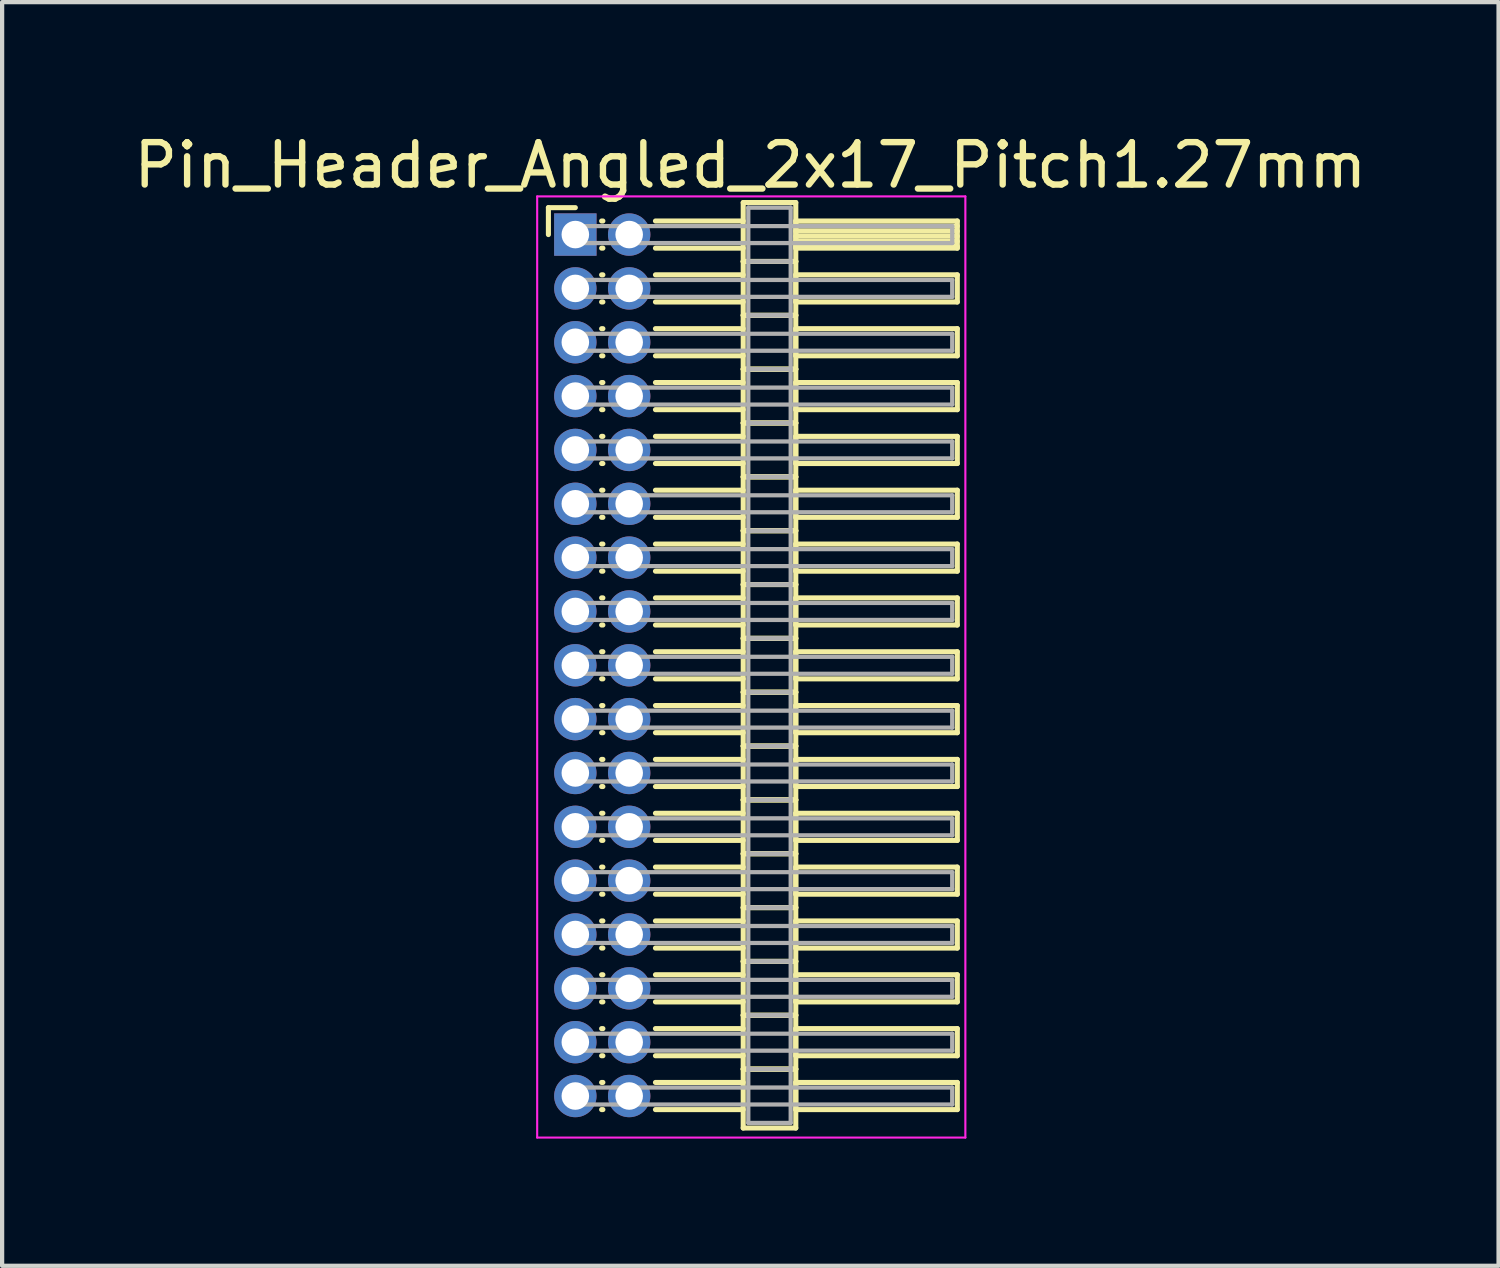
<source format=kicad_pcb>
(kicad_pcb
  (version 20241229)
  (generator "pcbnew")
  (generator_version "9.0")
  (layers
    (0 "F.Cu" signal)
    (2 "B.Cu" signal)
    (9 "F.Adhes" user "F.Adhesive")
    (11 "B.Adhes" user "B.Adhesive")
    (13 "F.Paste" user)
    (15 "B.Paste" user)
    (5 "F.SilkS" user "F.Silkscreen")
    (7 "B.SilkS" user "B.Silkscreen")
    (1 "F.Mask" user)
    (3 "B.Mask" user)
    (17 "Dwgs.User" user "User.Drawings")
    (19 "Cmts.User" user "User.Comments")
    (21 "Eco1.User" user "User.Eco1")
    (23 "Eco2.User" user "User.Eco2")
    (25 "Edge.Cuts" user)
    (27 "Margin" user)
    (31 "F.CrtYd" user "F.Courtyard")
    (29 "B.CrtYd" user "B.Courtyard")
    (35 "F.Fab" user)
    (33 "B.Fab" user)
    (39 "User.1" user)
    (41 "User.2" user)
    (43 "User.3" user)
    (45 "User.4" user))
  (footprint "Pin_Header_Angled_2x17_Pitch1.27mm"
    (layer "F.Cu")
    (at 10.521 2.483)
    (property "Reference" "Pin_Header_Angled_2x17_Pitch1.27mm" (at 4.128 -1.635 0) (layer "F.SilkS") (effects (font (size 1 1) (thickness 0.15))))
    (attr through_hole)
    (fp_line (start -0.635 -0.635) (end 0 -0.635) (stroke (width 0.12) (type solid)) (layer "F.SilkS"))
    (fp_line (start -0.635 0) (end -0.635 -0.635) (stroke (width 0.12) (type solid)) (layer "F.SilkS"))
    (fp_line (start 0.62 -0.32) (end 0.65 -0.32) (stroke (width 0.12) (type solid)) (layer "F.SilkS"))
    (fp_line (start 0.62 0.32) (end 0.65 0.32) (stroke (width 0.12) (type solid)) (layer "F.SilkS"))
    (fp_line (start 0.62 0.95) (end 0.65 0.95) (stroke (width 0.12) (type solid)) (layer "F.SilkS"))
    (fp_line (start 0.62 1.59) (end 0.65 1.59) (stroke (width 0.12) (type solid)) (layer "F.SilkS"))
    (fp_line (start 0.62 2.22) (end 0.65 2.22) (stroke (width 0.12) (type solid)) (layer "F.SilkS"))
    (fp_line (start 0.62 2.86) (end 0.65 2.86) (stroke (width 0.12) (type solid)) (layer "F.SilkS"))
    (fp_line (start 0.62 3.49) (end 0.65 3.49) (stroke (width 0.12) (type solid)) (layer "F.SilkS"))
    (fp_line (start 0.62 4.13) (end 0.65 4.13) (stroke (width 0.12) (type solid)) (layer "F.SilkS"))
    (fp_line (start 0.62 4.76) (end 0.65 4.76) (stroke (width 0.12) (type solid)) (layer "F.SilkS"))
    (fp_line (start 0.62 5.4) (end 0.65 5.4) (stroke (width 0.12) (type solid)) (layer "F.SilkS"))
    (fp_line (start 0.62 6.03) (end 0.65 6.03) (stroke (width 0.12) (type solid)) (layer "F.SilkS"))
    (fp_line (start 0.62 6.67) (end 0.65 6.67) (stroke (width 0.12) (type solid)) (layer "F.SilkS"))
    (fp_line (start 0.62 7.3) (end 0.65 7.3) (stroke (width 0.12) (type solid)) (layer "F.SilkS"))
    (fp_line (start 0.62 7.94) (end 0.65 7.94) (stroke (width 0.12) (type solid)) (layer "F.SilkS"))
    (fp_line (start 0.62 8.57) (end 0.65 8.57) (stroke (width 0.12) (type solid)) (layer "F.SilkS"))
    (fp_line (start 0.62 9.21) (end 0.65 9.21) (stroke (width 0.12) (type solid)) (layer "F.SilkS"))
    (fp_line (start 0.62 9.84) (end 0.65 9.84) (stroke (width 0.12) (type solid)) (layer "F.SilkS"))
    (fp_line (start 0.62 10.48) (end 0.65 10.48) (stroke (width 0.12) (type solid)) (layer "F.SilkS"))
    (fp_line (start 0.62 11.11) (end 0.65 11.11) (stroke (width 0.12) (type solid)) (layer "F.SilkS"))
    (fp_line (start 0.62 11.75) (end 0.65 11.75) (stroke (width 0.12) (type solid)) (layer "F.SilkS"))
    (fp_line (start 0.62 12.38) (end 0.65 12.38) (stroke (width 0.12) (type solid)) (layer "F.SilkS"))
    (fp_line (start 0.62 13.02) (end 0.65 13.02) (stroke (width 0.12) (type solid)) (layer "F.SilkS"))
    (fp_line (start 0.62 13.65) (end 0.65 13.65) (stroke (width 0.12) (type solid)) (layer "F.SilkS"))
    (fp_line (start 0.62 14.29) (end 0.65 14.29) (stroke (width 0.12) (type solid)) (layer "F.SilkS"))
    (fp_line (start 0.62 14.92) (end 0.65 14.92) (stroke (width 0.12) (type solid)) (layer "F.SilkS"))
    (fp_line (start 0.62 15.56) (end 0.65 15.56) (stroke (width 0.12) (type solid)) (layer "F.SilkS"))
    (fp_line (start 0.62 16.19) (end 0.65 16.19) (stroke (width 0.12) (type solid)) (layer "F.SilkS"))
    (fp_line (start 0.62 16.83) (end 0.65 16.83) (stroke (width 0.12) (type solid)) (layer "F.SilkS"))
    (fp_line (start 0.62 17.46) (end 0.65 17.46) (stroke (width 0.12) (type solid)) (layer "F.SilkS"))
    (fp_line (start 0.62 18.1) (end 0.65 18.1) (stroke (width 0.12) (type solid)) (layer "F.SilkS"))
    (fp_line (start 0.62 18.73) (end 0.65 18.73) (stroke (width 0.12) (type solid)) (layer "F.SilkS"))
    (fp_line (start 0.62 19.37) (end 0.65 19.37) (stroke (width 0.12) (type solid)) (layer "F.SilkS"))
    (fp_line (start 0.62 20) (end 0.65 20) (stroke (width 0.12) (type solid)) (layer "F.SilkS"))
    (fp_line (start 0.62 20.64) (end 0.65 20.64) (stroke (width 0.12) (type solid)) (layer "F.SilkS"))
    (fp_line (start 1.89 -0.32) (end 3.96 -0.32) (stroke (width 0.12) (type solid)) (layer "F.SilkS"))
    (fp_line (start 1.89 0.32) (end 3.96 0.32) (stroke (width 0.12) (type solid)) (layer "F.SilkS"))
    (fp_line (start 1.89 0.95) (end 3.96 0.95) (stroke (width 0.12) (type solid)) (layer "F.SilkS"))
    (fp_line (start 1.89 1.59) (end 3.96 1.59) (stroke (width 0.12) (type solid)) (layer "F.SilkS"))
    (fp_line (start 1.89 2.22) (end 3.96 2.22) (stroke (width 0.12) (type solid)) (layer "F.SilkS"))
    (fp_line (start 1.89 2.86) (end 3.96 2.86) (stroke (width 0.12) (type solid)) (layer "F.SilkS"))
    (fp_line (start 1.89 3.49) (end 3.96 3.49) (stroke (width 0.12) (type solid)) (layer "F.SilkS"))
    (fp_line (start 1.89 4.13) (end 3.96 4.13) (stroke (width 0.12) (type solid)) (layer "F.SilkS"))
    (fp_line (start 1.89 4.76) (end 3.96 4.76) (stroke (width 0.12) (type solid)) (layer "F.SilkS"))
    (fp_line (start 1.89 5.4) (end 3.96 5.4) (stroke (width 0.12) (type solid)) (layer "F.SilkS"))
    (fp_line (start 1.89 6.03) (end 3.96 6.03) (stroke (width 0.12) (type solid)) (layer "F.SilkS"))
    (fp_line (start 1.89 6.67) (end 3.96 6.67) (stroke (width 0.12) (type solid)) (layer "F.SilkS"))
    (fp_line (start 1.89 7.3) (end 3.96 7.3) (stroke (width 0.12) (type solid)) (layer "F.SilkS"))
    (fp_line (start 1.89 7.94) (end 3.96 7.94) (stroke (width 0.12) (type solid)) (layer "F.SilkS"))
    (fp_line (start 1.89 8.57) (end 3.96 8.57) (stroke (width 0.12) (type solid)) (layer "F.SilkS"))
    (fp_line (start 1.89 9.21) (end 3.96 9.21) (stroke (width 0.12) (type solid)) (layer "F.SilkS"))
    (fp_line (start 1.89 9.84) (end 3.96 9.84) (stroke (width 0.12) (type solid)) (layer "F.SilkS"))
    (fp_line (start 1.89 10.48) (end 3.96 10.48) (stroke (width 0.12) (type solid)) (layer "F.SilkS"))
    (fp_line (start 1.89 11.11) (end 3.96 11.11) (stroke (width 0.12) (type solid)) (layer "F.SilkS"))
    (fp_line (start 1.89 11.75) (end 3.96 11.75) (stroke (width 0.12) (type solid)) (layer "F.SilkS"))
    (fp_line (start 1.89 12.38) (end 3.96 12.38) (stroke (width 0.12) (type solid)) (layer "F.SilkS"))
    (fp_line (start 1.89 13.02) (end 3.96 13.02) (stroke (width 0.12) (type solid)) (layer "F.SilkS"))
    (fp_line (start 1.89 13.65) (end 3.96 13.65) (stroke (width 0.12) (type solid)) (layer "F.SilkS"))
    (fp_line (start 1.89 14.29) (end 3.96 14.29) (stroke (width 0.12) (type solid)) (layer "F.SilkS"))
    (fp_line (start 1.89 14.92) (end 3.96 14.92) (stroke (width 0.12) (type solid)) (layer "F.SilkS"))
    (fp_line (start 1.89 15.56) (end 3.96 15.56) (stroke (width 0.12) (type solid)) (layer "F.SilkS"))
    (fp_line (start 1.89 16.19) (end 3.96 16.19) (stroke (width 0.12) (type solid)) (layer "F.SilkS"))
    (fp_line (start 1.89 16.83) (end 3.96 16.83) (stroke (width 0.12) (type solid)) (layer "F.SilkS"))
    (fp_line (start 1.89 17.46) (end 3.96 17.46) (stroke (width 0.12) (type solid)) (layer "F.SilkS"))
    (fp_line (start 1.89 18.1) (end 3.96 18.1) (stroke (width 0.12) (type solid)) (layer "F.SilkS"))
    (fp_line (start 1.89 18.73) (end 3.96 18.73) (stroke (width 0.12) (type solid)) (layer "F.SilkS"))
    (fp_line (start 1.89 19.37) (end 3.96 19.37) (stroke (width 0.12) (type solid)) (layer "F.SilkS"))
    (fp_line (start 1.89 20) (end 3.96 20) (stroke (width 0.12) (type solid)) (layer "F.SilkS"))
    (fp_line (start 1.89 20.64) (end 3.96 20.64) (stroke (width 0.12) (type solid)) (layer "F.SilkS"))
    (fp_line (start 3.96 -0.755) (end 3.96 0.635) (stroke (width 0.12) (type solid)) (layer "F.SilkS"))
    (fp_line (start 3.96 0.635) (end 3.96 1.905) (stroke (width 0.12) (type solid)) (layer "F.SilkS"))
    (fp_line (start 3.96 0.635) (end 5.2 0.635) (stroke (width 0.12) (type solid)) (layer "F.SilkS"))
    (fp_line (start 3.96 1.905) (end 3.96 3.175) (stroke (width 0.12) (type solid)) (layer "F.SilkS"))
    (fp_line (start 3.96 1.905) (end 5.2 1.905) (stroke (width 0.12) (type solid)) (layer "F.SilkS"))
    (fp_line (start 3.96 3.175) (end 3.96 4.445) (stroke (width 0.12) (type solid)) (layer "F.SilkS"))
    (fp_line (start 3.96 3.175) (end 5.2 3.175) (stroke (width 0.12) (type solid)) (layer "F.SilkS"))
    (fp_line (start 3.96 4.445) (end 3.96 5.715) (stroke (width 0.12) (type solid)) (layer "F.SilkS"))
    (fp_line (start 3.96 4.445) (end 5.2 4.445) (stroke (width 0.12) (type solid)) (layer "F.SilkS"))
    (fp_line (start 3.96 5.715) (end 3.96 6.985) (stroke (width 0.12) (type solid)) (layer "F.SilkS"))
    (fp_line (start 3.96 5.715) (end 5.2 5.715) (stroke (width 0.12) (type solid)) (layer "F.SilkS"))
    (fp_line (start 3.96 6.985) (end 3.96 8.255) (stroke (width 0.12) (type solid)) (layer "F.SilkS"))
    (fp_line (start 3.96 6.985) (end 5.2 6.985) (stroke (width 0.12) (type solid)) (layer "F.SilkS"))
    (fp_line (start 3.96 8.255) (end 3.96 9.525) (stroke (width 0.12) (type solid)) (layer "F.SilkS"))
    (fp_line (start 3.96 8.255) (end 5.2 8.255) (stroke (width 0.12) (type solid)) (layer "F.SilkS"))
    (fp_line (start 3.96 9.525) (end 3.96 10.795) (stroke (width 0.12) (type solid)) (layer "F.SilkS"))
    (fp_line (start 3.96 9.525) (end 5.2 9.525) (stroke (width 0.12) (type solid)) (layer "F.SilkS"))
    (fp_line (start 3.96 10.795) (end 3.96 12.065) (stroke (width 0.12) (type solid)) (layer "F.SilkS"))
    (fp_line (start 3.96 10.795) (end 5.2 10.795) (stroke (width 0.12) (type solid)) (layer "F.SilkS"))
    (fp_line (start 3.96 12.065) (end 3.96 13.335) (stroke (width 0.12) (type solid)) (layer "F.SilkS"))
    (fp_line (start 3.96 12.065) (end 5.2 12.065) (stroke (width 0.12) (type solid)) (layer "F.SilkS"))
    (fp_line (start 3.96 13.335) (end 3.96 14.605) (stroke (width 0.12) (type solid)) (layer "F.SilkS"))
    (fp_line (start 3.96 13.335) (end 5.2 13.335) (stroke (width 0.12) (type solid)) (layer "F.SilkS"))
    (fp_line (start 3.96 14.605) (end 3.96 15.875) (stroke (width 0.12) (type solid)) (layer "F.SilkS"))
    (fp_line (start 3.96 14.605) (end 5.2 14.605) (stroke (width 0.12) (type solid)) (layer "F.SilkS"))
    (fp_line (start 3.96 15.875) (end 3.96 17.145) (stroke (width 0.12) (type solid)) (layer "F.SilkS"))
    (fp_line (start 3.96 15.875) (end 5.2 15.875) (stroke (width 0.12) (type solid)) (layer "F.SilkS"))
    (fp_line (start 3.96 17.145) (end 3.96 18.415) (stroke (width 0.12) (type solid)) (layer "F.SilkS"))
    (fp_line (start 3.96 17.145) (end 5.2 17.145) (stroke (width 0.12) (type solid)) (layer "F.SilkS"))
    (fp_line (start 3.96 18.415) (end 3.96 19.685) (stroke (width 0.12) (type solid)) (layer "F.SilkS"))
    (fp_line (start 3.96 18.415) (end 5.2 18.415) (stroke (width 0.12) (type solid)) (layer "F.SilkS"))
    (fp_line (start 3.96 19.685) (end 3.96 21.075) (stroke (width 0.12) (type solid)) (layer "F.SilkS"))
    (fp_line (start 3.96 19.685) (end 5.2 19.685) (stroke (width 0.12) (type solid)) (layer "F.SilkS"))
    (fp_line (start 3.96 21.075) (end 5.2 21.075) (stroke (width 0.12) (type solid)) (layer "F.SilkS"))
    (fp_line (start 5.2 -0.755) (end 3.96 -0.755) (stroke (width 0.12) (type solid)) (layer "F.SilkS"))
    (fp_line (start 5.2 -0.32) (end 5.2 0.32) (stroke (width 0.12) (type solid)) (layer "F.SilkS"))
    (fp_line (start 5.2 -0.2) (end 9.01 -0.2) (stroke (width 0.12) (type solid)) (layer "F.SilkS"))
    (fp_line (start 5.2 -0.08) (end 9.01 -0.08) (stroke (width 0.12) (type solid)) (layer "F.SilkS"))
    (fp_line (start 5.2 0.04) (end 9.01 0.04) (stroke (width 0.12) (type solid)) (layer "F.SilkS"))
    (fp_line (start 5.2 0.16) (end 9.01 0.16) (stroke (width 0.12) (type solid)) (layer "F.SilkS"))
    (fp_line (start 5.2 0.28) (end 9.01 0.28) (stroke (width 0.12) (type solid)) (layer "F.SilkS"))
    (fp_line (start 5.2 0.32) (end 9.01 0.32) (stroke (width 0.12) (type solid)) (layer "F.SilkS"))
    (fp_line (start 5.2 0.635) (end 3.96 0.635) (stroke (width 0.12) (type solid)) (layer "F.SilkS"))
    (fp_line (start 5.2 0.635) (end 5.2 -0.755) (stroke (width 0.12) (type solid)) (layer "F.SilkS"))
    (fp_line (start 5.2 0.95) (end 5.2 1.59) (stroke (width 0.12) (type solid)) (layer "F.SilkS"))
    (fp_line (start 5.2 1.59) (end 9.01 1.59) (stroke (width 0.12) (type solid)) (layer "F.SilkS"))
    (fp_line (start 5.2 1.905) (end 3.96 1.905) (stroke (width 0.12) (type solid)) (layer "F.SilkS"))
    (fp_line (start 5.2 1.905) (end 5.2 0.635) (stroke (width 0.12) (type solid)) (layer "F.SilkS"))
    (fp_line (start 5.2 2.22) (end 5.2 2.86) (stroke (width 0.12) (type solid)) (layer "F.SilkS"))
    (fp_line (start 5.2 2.86) (end 9.01 2.86) (stroke (width 0.12) (type solid)) (layer "F.SilkS"))
    (fp_line (start 5.2 3.175) (end 3.96 3.175) (stroke (width 0.12) (type solid)) (layer "F.SilkS"))
    (fp_line (start 5.2 3.175) (end 5.2 1.905) (stroke (width 0.12) (type solid)) (layer "F.SilkS"))
    (fp_line (start 5.2 3.49) (end 5.2 4.13) (stroke (width 0.12) (type solid)) (layer "F.SilkS"))
    (fp_line (start 5.2 4.13) (end 9.01 4.13) (stroke (width 0.12) (type solid)) (layer "F.SilkS"))
    (fp_line (start 5.2 4.445) (end 3.96 4.445) (stroke (width 0.12) (type solid)) (layer "F.SilkS"))
    (fp_line (start 5.2 4.445) (end 5.2 3.175) (stroke (width 0.12) (type solid)) (layer "F.SilkS"))
    (fp_line (start 5.2 4.76) (end 5.2 5.4) (stroke (width 0.12) (type solid)) (layer "F.SilkS"))
    (fp_line (start 5.2 5.4) (end 9.01 5.4) (stroke (width 0.12) (type solid)) (layer "F.SilkS"))
    (fp_line (start 5.2 5.715) (end 3.96 5.715) (stroke (width 0.12) (type solid)) (layer "F.SilkS"))
    (fp_line (start 5.2 5.715) (end 5.2 4.445) (stroke (width 0.12) (type solid)) (layer "F.SilkS"))
    (fp_line (start 5.2 6.03) (end 5.2 6.67) (stroke (width 0.12) (type solid)) (layer "F.SilkS"))
    (fp_line (start 5.2 6.67) (end 9.01 6.67) (stroke (width 0.12) (type solid)) (layer "F.SilkS"))
    (fp_line (start 5.2 6.985) (end 3.96 6.985) (stroke (width 0.12) (type solid)) (layer "F.SilkS"))
    (fp_line (start 5.2 6.985) (end 5.2 5.715) (stroke (width 0.12) (type solid)) (layer "F.SilkS"))
    (fp_line (start 5.2 7.3) (end 5.2 7.94) (stroke (width 0.12) (type solid)) (layer "F.SilkS"))
    (fp_line (start 5.2 7.94) (end 9.01 7.94) (stroke (width 0.12) (type solid)) (layer "F.SilkS"))
    (fp_line (start 5.2 8.255) (end 3.96 8.255) (stroke (width 0.12) (type solid)) (layer "F.SilkS"))
    (fp_line (start 5.2 8.255) (end 5.2 6.985) (stroke (width 0.12) (type solid)) (layer "F.SilkS"))
    (fp_line (start 5.2 8.57) (end 5.2 9.21) (stroke (width 0.12) (type solid)) (layer "F.SilkS"))
    (fp_line (start 5.2 9.21) (end 9.01 9.21) (stroke (width 0.12) (type solid)) (layer "F.SilkS"))
    (fp_line (start 5.2 9.525) (end 3.96 9.525) (stroke (width 0.12) (type solid)) (layer "F.SilkS"))
    (fp_line (start 5.2 9.525) (end 5.2 8.255) (stroke (width 0.12) (type solid)) (layer "F.SilkS"))
    (fp_line (start 5.2 9.84) (end 5.2 10.48) (stroke (width 0.12) (type solid)) (layer "F.SilkS"))
    (fp_line (start 5.2 10.48) (end 9.01 10.48) (stroke (width 0.12) (type solid)) (layer "F.SilkS"))
    (fp_line (start 5.2 10.795) (end 3.96 10.795) (stroke (width 0.12) (type solid)) (layer "F.SilkS"))
    (fp_line (start 5.2 10.795) (end 5.2 9.525) (stroke (width 0.12) (type solid)) (layer "F.SilkS"))
    (fp_line (start 5.2 11.11) (end 5.2 11.75) (stroke (width 0.12) (type solid)) (layer "F.SilkS"))
    (fp_line (start 5.2 11.75) (end 9.01 11.75) (stroke (width 0.12) (type solid)) (layer "F.SilkS"))
    (fp_line (start 5.2 12.065) (end 3.96 12.065) (stroke (width 0.12) (type solid)) (layer "F.SilkS"))
    (fp_line (start 5.2 12.065) (end 5.2 10.795) (stroke (width 0.12) (type solid)) (layer "F.SilkS"))
    (fp_line (start 5.2 12.38) (end 5.2 13.02) (stroke (width 0.12) (type solid)) (layer "F.SilkS"))
    (fp_line (start 5.2 13.02) (end 9.01 13.02) (stroke (width 0.12) (type solid)) (layer "F.SilkS"))
    (fp_line (start 5.2 13.335) (end 3.96 13.335) (stroke (width 0.12) (type solid)) (layer "F.SilkS"))
    (fp_line (start 5.2 13.335) (end 5.2 12.065) (stroke (width 0.12) (type solid)) (layer "F.SilkS"))
    (fp_line (start 5.2 13.65) (end 5.2 14.29) (stroke (width 0.12) (type solid)) (layer "F.SilkS"))
    (fp_line (start 5.2 14.29) (end 9.01 14.29) (stroke (width 0.12) (type solid)) (layer "F.SilkS"))
    (fp_line (start 5.2 14.605) (end 3.96 14.605) (stroke (width 0.12) (type solid)) (layer "F.SilkS"))
    (fp_line (start 5.2 14.605) (end 5.2 13.335) (stroke (width 0.12) (type solid)) (layer "F.SilkS"))
    (fp_line (start 5.2 14.92) (end 5.2 15.56) (stroke (width 0.12) (type solid)) (layer "F.SilkS"))
    (fp_line (start 5.2 15.56) (end 9.01 15.56) (stroke (width 0.12) (type solid)) (layer "F.SilkS"))
    (fp_line (start 5.2 15.875) (end 3.96 15.875) (stroke (width 0.12) (type solid)) (layer "F.SilkS"))
    (fp_line (start 5.2 15.875) (end 5.2 14.605) (stroke (width 0.12) (type solid)) (layer "F.SilkS"))
    (fp_line (start 5.2 16.19) (end 5.2 16.83) (stroke (width 0.12) (type solid)) (layer "F.SilkS"))
    (fp_line (start 5.2 16.83) (end 9.01 16.83) (stroke (width 0.12) (type solid)) (layer "F.SilkS"))
    (fp_line (start 5.2 17.145) (end 3.96 17.145) (stroke (width 0.12) (type solid)) (layer "F.SilkS"))
    (fp_line (start 5.2 17.145) (end 5.2 15.875) (stroke (width 0.12) (type solid)) (layer "F.SilkS"))
    (fp_line (start 5.2 17.46) (end 5.2 18.1) (stroke (width 0.12) (type solid)) (layer "F.SilkS"))
    (fp_line (start 5.2 18.1) (end 9.01 18.1) (stroke (width 0.12) (type solid)) (layer "F.SilkS"))
    (fp_line (start 5.2 18.415) (end 3.96 18.415) (stroke (width 0.12) (type solid)) (layer "F.SilkS"))
    (fp_line (start 5.2 18.415) (end 5.2 17.145) (stroke (width 0.12) (type solid)) (layer "F.SilkS"))
    (fp_line (start 5.2 18.73) (end 5.2 19.37) (stroke (width 0.12) (type solid)) (layer "F.SilkS"))
    (fp_line (start 5.2 19.37) (end 9.01 19.37) (stroke (width 0.12) (type solid)) (layer "F.SilkS"))
    (fp_line (start 5.2 19.685) (end 3.96 19.685) (stroke (width 0.12) (type solid)) (layer "F.SilkS"))
    (fp_line (start 5.2 19.685) (end 5.2 18.415) (stroke (width 0.12) (type solid)) (layer "F.SilkS"))
    (fp_line (start 5.2 20) (end 5.2 20.64) (stroke (width 0.12) (type solid)) (layer "F.SilkS"))
    (fp_line (start 5.2 20.64) (end 9.01 20.64) (stroke (width 0.12) (type solid)) (layer "F.SilkS"))
    (fp_line (start 5.2 21.075) (end 5.2 19.685) (stroke (width 0.12) (type solid)) (layer "F.SilkS"))
    (fp_line (start 9.01 -0.32) (end 5.2 -0.32) (stroke (width 0.12) (type solid)) (layer "F.SilkS"))
    (fp_line (start 9.01 0.32) (end 9.01 -0.32) (stroke (width 0.12) (type solid)) (layer "F.SilkS"))
    (fp_line (start 9.01 0.95) (end 5.2 0.95) (stroke (width 0.12) (type solid)) (layer "F.SilkS"))
    (fp_line (start 9.01 1.59) (end 9.01 0.95) (stroke (width 0.12) (type solid)) (layer "F.SilkS"))
    (fp_line (start 9.01 2.22) (end 5.2 2.22) (stroke (width 0.12) (type solid)) (layer "F.SilkS"))
    (fp_line (start 9.01 2.86) (end 9.01 2.22) (stroke (width 0.12) (type solid)) (layer "F.SilkS"))
    (fp_line (start 9.01 3.49) (end 5.2 3.49) (stroke (width 0.12) (type solid)) (layer "F.SilkS"))
    (fp_line (start 9.01 4.13) (end 9.01 3.49) (stroke (width 0.12) (type solid)) (layer "F.SilkS"))
    (fp_line (start 9.01 4.76) (end 5.2 4.76) (stroke (width 0.12) (type solid)) (layer "F.SilkS"))
    (fp_line (start 9.01 5.4) (end 9.01 4.76) (stroke (width 0.12) (type solid)) (layer "F.SilkS"))
    (fp_line (start 9.01 6.03) (end 5.2 6.03) (stroke (width 0.12) (type solid)) (layer "F.SilkS"))
    (fp_line (start 9.01 6.67) (end 9.01 6.03) (stroke (width 0.12) (type solid)) (layer "F.SilkS"))
    (fp_line (start 9.01 7.3) (end 5.2 7.3) (stroke (width 0.12) (type solid)) (layer "F.SilkS"))
    (fp_line (start 9.01 7.94) (end 9.01 7.3) (stroke (width 0.12) (type solid)) (layer "F.SilkS"))
    (fp_line (start 9.01 8.57) (end 5.2 8.57) (stroke (width 0.12) (type solid)) (layer "F.SilkS"))
    (fp_line (start 9.01 9.21) (end 9.01 8.57) (stroke (width 0.12) (type solid)) (layer "F.SilkS"))
    (fp_line (start 9.01 9.84) (end 5.2 9.84) (stroke (width 0.12) (type solid)) (layer "F.SilkS"))
    (fp_line (start 9.01 10.48) (end 9.01 9.84) (stroke (width 0.12) (type solid)) (layer "F.SilkS"))
    (fp_line (start 9.01 11.11) (end 5.2 11.11) (stroke (width 0.12) (type solid)) (layer "F.SilkS"))
    (fp_line (start 9.01 11.75) (end 9.01 11.11) (stroke (width 0.12) (type solid)) (layer "F.SilkS"))
    (fp_line (start 9.01 12.38) (end 5.2 12.38) (stroke (width 0.12) (type solid)) (layer "F.SilkS"))
    (fp_line (start 9.01 13.02) (end 9.01 12.38) (stroke (width 0.12) (type solid)) (layer "F.SilkS"))
    (fp_line (start 9.01 13.65) (end 5.2 13.65) (stroke (width 0.12) (type solid)) (layer "F.SilkS"))
    (fp_line (start 9.01 14.29) (end 9.01 13.65) (stroke (width 0.12) (type solid)) (layer "F.SilkS"))
    (fp_line (start 9.01 14.92) (end 5.2 14.92) (stroke (width 0.12) (type solid)) (layer "F.SilkS"))
    (fp_line (start 9.01 15.56) (end 9.01 14.92) (stroke (width 0.12) (type solid)) (layer "F.SilkS"))
    (fp_line (start 9.01 16.19) (end 5.2 16.19) (stroke (width 0.12) (type solid)) (layer "F.SilkS"))
    (fp_line (start 9.01 16.83) (end 9.01 16.19) (stroke (width 0.12) (type solid)) (layer "F.SilkS"))
    (fp_line (start 9.01 17.46) (end 5.2 17.46) (stroke (width 0.12) (type solid)) (layer "F.SilkS"))
    (fp_line (start 9.01 18.1) (end 9.01 17.46) (stroke (width 0.12) (type solid)) (layer "F.SilkS"))
    (fp_line (start 9.01 18.73) (end 5.2 18.73) (stroke (width 0.12) (type solid)) (layer "F.SilkS"))
    (fp_line (start 9.01 19.37) (end 9.01 18.73) (stroke (width 0.12) (type solid)) (layer "F.SilkS"))
    (fp_line (start 9.01 20) (end 5.2 20) (stroke (width 0.12) (type solid)) (layer "F.SilkS"))
    (fp_line (start 9.01 20.64) (end 9.01 20) (stroke (width 0.12) (type solid)) (layer "F.SilkS"))
    (fp_line (start -0.9 -0.9) (end -0.9 21.3) (stroke (width 0.05) (type solid)) (layer "F.CrtYd"))
    (fp_line (start -0.9 21.3) (end 9.2 21.3) (stroke (width 0.05) (type solid)) (layer "F.CrtYd"))
    (fp_line (start 9.2 -0.9) (end -0.9 -0.9) (stroke (width 0.05) (type solid)) (layer "F.CrtYd"))
    (fp_line (start 9.2 21.3) (end 9.2 -0.9) (stroke (width 0.05) (type solid)) (layer "F.CrtYd"))
    (fp_line (start 0 -0.2) (end 0 0.2) (stroke (width 0.1) (type solid)) (layer "F.Fab"))
    (fp_line (start 0 0.2) (end 8.89 0.2) (stroke (width 0.1) (type solid)) (layer "F.Fab"))
    (fp_line (start 0 1.07) (end 0 1.47) (stroke (width 0.1) (type solid)) (layer "F.Fab"))
    (fp_line (start 0 1.47) (end 8.89 1.47) (stroke (width 0.1) (type solid)) (layer "F.Fab"))
    (fp_line (start 0 2.34) (end 0 2.74) (stroke (width 0.1) (type solid)) (layer "F.Fab"))
    (fp_line (start 0 2.74) (end 8.89 2.74) (stroke (width 0.1) (type solid)) (layer "F.Fab"))
    (fp_line (start 0 3.61) (end 0 4.01) (stroke (width 0.1) (type solid)) (layer "F.Fab"))
    (fp_line (start 0 4.01) (end 8.89 4.01) (stroke (width 0.1) (type solid)) (layer "F.Fab"))
    (fp_line (start 0 4.88) (end 0 5.28) (stroke (width 0.1) (type solid)) (layer "F.Fab"))
    (fp_line (start 0 5.28) (end 8.89 5.28) (stroke (width 0.1) (type solid)) (layer "F.Fab"))
    (fp_line (start 0 6.15) (end 0 6.55) (stroke (width 0.1) (type solid)) (layer "F.Fab"))
    (fp_line (start 0 6.55) (end 8.89 6.55) (stroke (width 0.1) (type solid)) (layer "F.Fab"))
    (fp_line (start 0 7.42) (end 0 7.82) (stroke (width 0.1) (type solid)) (layer "F.Fab"))
    (fp_line (start 0 7.82) (end 8.89 7.82) (stroke (width 0.1) (type solid)) (layer "F.Fab"))
    (fp_line (start 0 8.69) (end 0 9.09) (stroke (width 0.1) (type solid)) (layer "F.Fab"))
    (fp_line (start 0 9.09) (end 8.89 9.09) (stroke (width 0.1) (type solid)) (layer "F.Fab"))
    (fp_line (start 0 9.96) (end 0 10.36) (stroke (width 0.1) (type solid)) (layer "F.Fab"))
    (fp_line (start 0 10.36) (end 8.89 10.36) (stroke (width 0.1) (type solid)) (layer "F.Fab"))
    (fp_line (start 0 11.23) (end 0 11.63) (stroke (width 0.1) (type solid)) (layer "F.Fab"))
    (fp_line (start 0 11.63) (end 8.89 11.63) (stroke (width 0.1) (type solid)) (layer "F.Fab"))
    (fp_line (start 0 12.5) (end 0 12.9) (stroke (width 0.1) (type solid)) (layer "F.Fab"))
    (fp_line (start 0 12.9) (end 8.89 12.9) (stroke (width 0.1) (type solid)) (layer "F.Fab"))
    (fp_line (start 0 13.77) (end 0 14.17) (stroke (width 0.1) (type solid)) (layer "F.Fab"))
    (fp_line (start 0 14.17) (end 8.89 14.17) (stroke (width 0.1) (type solid)) (layer "F.Fab"))
    (fp_line (start 0 15.04) (end 0 15.44) (stroke (width 0.1) (type solid)) (layer "F.Fab"))
    (fp_line (start 0 15.44) (end 8.89 15.44) (stroke (width 0.1) (type solid)) (layer "F.Fab"))
    (fp_line (start 0 16.31) (end 0 16.71) (stroke (width 0.1) (type solid)) (layer "F.Fab"))
    (fp_line (start 0 16.71) (end 8.89 16.71) (stroke (width 0.1) (type solid)) (layer "F.Fab"))
    (fp_line (start 0 17.58) (end 0 17.98) (stroke (width 0.1) (type solid)) (layer "F.Fab"))
    (fp_line (start 0 17.98) (end 8.89 17.98) (stroke (width 0.1) (type solid)) (layer "F.Fab"))
    (fp_line (start 0 18.85) (end 0 19.25) (stroke (width 0.1) (type solid)) (layer "F.Fab"))
    (fp_line (start 0 19.25) (end 8.89 19.25) (stroke (width 0.1) (type solid)) (layer "F.Fab"))
    (fp_line (start 0 20.12) (end 0 20.52) (stroke (width 0.1) (type solid)) (layer "F.Fab"))
    (fp_line (start 0 20.52) (end 8.89 20.52) (stroke (width 0.1) (type solid)) (layer "F.Fab"))
    (fp_line (start 4.08 -0.635) (end 4.08 0.635) (stroke (width 0.1) (type solid)) (layer "F.Fab"))
    (fp_line (start 4.08 0.635) (end 4.08 1.905) (stroke (width 0.1) (type solid)) (layer "F.Fab"))
    (fp_line (start 4.08 0.635) (end 5.08 0.635) (stroke (width 0.1) (type solid)) (layer "F.Fab"))
    (fp_line (start 4.08 1.905) (end 4.08 3.175) (stroke (width 0.1) (type solid)) (layer "F.Fab"))
    (fp_line (start 4.08 1.905) (end 5.08 1.905) (stroke (width 0.1) (type solid)) (layer "F.Fab"))
    (fp_line (start 4.08 3.175) (end 4.08 4.445) (stroke (width 0.1) (type solid)) (layer "F.Fab"))
    (fp_line (start 4.08 3.175) (end 5.08 3.175) (stroke (width 0.1) (type solid)) (layer "F.Fab"))
    (fp_line (start 4.08 4.445) (end 4.08 5.715) (stroke (width 0.1) (type solid)) (layer "F.Fab"))
    (fp_line (start 4.08 4.445) (end 5.08 4.445) (stroke (width 0.1) (type solid)) (layer "F.Fab"))
    (fp_line (start 4.08 5.715) (end 4.08 6.985) (stroke (width 0.1) (type solid)) (layer "F.Fab"))
    (fp_line (start 4.08 5.715) (end 5.08 5.715) (stroke (width 0.1) (type solid)) (layer "F.Fab"))
    (fp_line (start 4.08 6.985) (end 4.08 8.255) (stroke (width 0.1) (type solid)) (layer "F.Fab"))
    (fp_line (start 4.08 6.985) (end 5.08 6.985) (stroke (width 0.1) (type solid)) (layer "F.Fab"))
    (fp_line (start 4.08 8.255) (end 4.08 9.525) (stroke (width 0.1) (type solid)) (layer "F.Fab"))
    (fp_line (start 4.08 8.255) (end 5.08 8.255) (stroke (width 0.1) (type solid)) (layer "F.Fab"))
    (fp_line (start 4.08 9.525) (end 4.08 10.795) (stroke (width 0.1) (type solid)) (layer "F.Fab"))
    (fp_line (start 4.08 9.525) (end 5.08 9.525) (stroke (width 0.1) (type solid)) (layer "F.Fab"))
    (fp_line (start 4.08 10.795) (end 4.08 12.065) (stroke (width 0.1) (type solid)) (layer "F.Fab"))
    (fp_line (start 4.08 10.795) (end 5.08 10.795) (stroke (width 0.1) (type solid)) (layer "F.Fab"))
    (fp_line (start 4.08 12.065) (end 4.08 13.335) (stroke (width 0.1) (type solid)) (layer "F.Fab"))
    (fp_line (start 4.08 12.065) (end 5.08 12.065) (stroke (width 0.1) (type solid)) (layer "F.Fab"))
    (fp_line (start 4.08 13.335) (end 4.08 14.605) (stroke (width 0.1) (type solid)) (layer "F.Fab"))
    (fp_line (start 4.08 13.335) (end 5.08 13.335) (stroke (width 0.1) (type solid)) (layer "F.Fab"))
    (fp_line (start 4.08 14.605) (end 4.08 15.875) (stroke (width 0.1) (type solid)) (layer "F.Fab"))
    (fp_line (start 4.08 14.605) (end 5.08 14.605) (stroke (width 0.1) (type solid)) (layer "F.Fab"))
    (fp_line (start 4.08 15.875) (end 4.08 17.145) (stroke (width 0.1) (type solid)) (layer "F.Fab"))
    (fp_line (start 4.08 15.875) (end 5.08 15.875) (stroke (width 0.1) (type solid)) (layer "F.Fab"))
    (fp_line (start 4.08 17.145) (end 4.08 18.415) (stroke (width 0.1) (type solid)) (layer "F.Fab"))
    (fp_line (start 4.08 17.145) (end 5.08 17.145) (stroke (width 0.1) (type solid)) (layer "F.Fab"))
    (fp_line (start 4.08 18.415) (end 4.08 19.685) (stroke (width 0.1) (type solid)) (layer "F.Fab"))
    (fp_line (start 4.08 18.415) (end 5.08 18.415) (stroke (width 0.1) (type solid)) (layer "F.Fab"))
    (fp_line (start 4.08 19.685) (end 4.08 20.955) (stroke (width 0.1) (type solid)) (layer "F.Fab"))
    (fp_line (start 4.08 19.685) (end 5.08 19.685) (stroke (width 0.1) (type solid)) (layer "F.Fab"))
    (fp_line (start 4.08 20.955) (end 5.08 20.955) (stroke (width 0.1) (type solid)) (layer "F.Fab"))
    (fp_line (start 5.08 -0.635) (end 4.08 -0.635) (stroke (width 0.1) (type solid)) (layer "F.Fab"))
    (fp_line (start 5.08 0.635) (end 4.08 0.635) (stroke (width 0.1) (type solid)) (layer "F.Fab"))
    (fp_line (start 5.08 0.635) (end 5.08 -0.635) (stroke (width 0.1) (type solid)) (layer "F.Fab"))
    (fp_line (start 5.08 1.905) (end 4.08 1.905) (stroke (width 0.1) (type solid)) (layer "F.Fab"))
    (fp_line (start 5.08 1.905) (end 5.08 0.635) (stroke (width 0.1) (type solid)) (layer "F.Fab"))
    (fp_line (start 5.08 3.175) (end 4.08 3.175) (stroke (width 0.1) (type solid)) (layer "F.Fab"))
    (fp_line (start 5.08 3.175) (end 5.08 1.905) (stroke (width 0.1) (type solid)) (layer "F.Fab"))
    (fp_line (start 5.08 4.445) (end 4.08 4.445) (stroke (width 0.1) (type solid)) (layer "F.Fab"))
    (fp_line (start 5.08 4.445) (end 5.08 3.175) (stroke (width 0.1) (type solid)) (layer "F.Fab"))
    (fp_line (start 5.08 5.715) (end 4.08 5.715) (stroke (width 0.1) (type solid)) (layer "F.Fab"))
    (fp_line (start 5.08 5.715) (end 5.08 4.445) (stroke (width 0.1) (type solid)) (layer "F.Fab"))
    (fp_line (start 5.08 6.985) (end 4.08 6.985) (stroke (width 0.1) (type solid)) (layer "F.Fab"))
    (fp_line (start 5.08 6.985) (end 5.08 5.715) (stroke (width 0.1) (type solid)) (layer "F.Fab"))
    (fp_line (start 5.08 8.255) (end 4.08 8.255) (stroke (width 0.1) (type solid)) (layer "F.Fab"))
    (fp_line (start 5.08 8.255) (end 5.08 6.985) (stroke (width 0.1) (type solid)) (layer "F.Fab"))
    (fp_line (start 5.08 9.525) (end 4.08 9.525) (stroke (width 0.1) (type solid)) (layer "F.Fab"))
    (fp_line (start 5.08 9.525) (end 5.08 8.255) (stroke (width 0.1) (type solid)) (layer "F.Fab"))
    (fp_line (start 5.08 10.795) (end 4.08 10.795) (stroke (width 0.1) (type solid)) (layer "F.Fab"))
    (fp_line (start 5.08 10.795) (end 5.08 9.525) (stroke (width 0.1) (type solid)) (layer "F.Fab"))
    (fp_line (start 5.08 12.065) (end 4.08 12.065) (stroke (width 0.1) (type solid)) (layer "F.Fab"))
    (fp_line (start 5.08 12.065) (end 5.08 10.795) (stroke (width 0.1) (type solid)) (layer "F.Fab"))
    (fp_line (start 5.08 13.335) (end 4.08 13.335) (stroke (width 0.1) (type solid)) (layer "F.Fab"))
    (fp_line (start 5.08 13.335) (end 5.08 12.065) (stroke (width 0.1) (type solid)) (layer "F.Fab"))
    (fp_line (start 5.08 14.605) (end 4.08 14.605) (stroke (width 0.1) (type solid)) (layer "F.Fab"))
    (fp_line (start 5.08 14.605) (end 5.08 13.335) (stroke (width 0.1) (type solid)) (layer "F.Fab"))
    (fp_line (start 5.08 15.875) (end 4.08 15.875) (stroke (width 0.1) (type solid)) (layer "F.Fab"))
    (fp_line (start 5.08 15.875) (end 5.08 14.605) (stroke (width 0.1) (type solid)) (layer "F.Fab"))
    (fp_line (start 5.08 17.145) (end 4.08 17.145) (stroke (width 0.1) (type solid)) (layer "F.Fab"))
    (fp_line (start 5.08 17.145) (end 5.08 15.875) (stroke (width 0.1) (type solid)) (layer "F.Fab"))
    (fp_line (start 5.08 18.415) (end 4.08 18.415) (stroke (width 0.1) (type solid)) (layer "F.Fab"))
    (fp_line (start 5.08 18.415) (end 5.08 17.145) (stroke (width 0.1) (type solid)) (layer "F.Fab"))
    (fp_line (start 5.08 19.685) (end 4.08 19.685) (stroke (width 0.1) (type solid)) (layer "F.Fab"))
    (fp_line (start 5.08 19.685) (end 5.08 18.415) (stroke (width 0.1) (type solid)) (layer "F.Fab"))
    (fp_line (start 5.08 20.955) (end 5.08 19.685) (stroke (width 0.1) (type solid)) (layer "F.Fab"))
    (fp_line (start 8.89 -0.2) (end 0 -0.2) (stroke (width 0.1) (type solid)) (layer "F.Fab"))
    (fp_line (start 8.89 0.2) (end 8.89 -0.2) (stroke (width 0.1) (type solid)) (layer "F.Fab"))
    (fp_line (start 8.89 1.07) (end 0 1.07) (stroke (width 0.1) (type solid)) (layer "F.Fab"))
    (fp_line (start 8.89 1.47) (end 8.89 1.07) (stroke (width 0.1) (type solid)) (layer "F.Fab"))
    (fp_line (start 8.89 2.34) (end 0 2.34) (stroke (width 0.1) (type solid)) (layer "F.Fab"))
    (fp_line (start 8.89 2.74) (end 8.89 2.34) (stroke (width 0.1) (type solid)) (layer "F.Fab"))
    (fp_line (start 8.89 3.61) (end 0 3.61) (stroke (width 0.1) (type solid)) (layer "F.Fab"))
    (fp_line (start 8.89 4.01) (end 8.89 3.61) (stroke (width 0.1) (type solid)) (layer "F.Fab"))
    (fp_line (start 8.89 4.88) (end 0 4.88) (stroke (width 0.1) (type solid)) (layer "F.Fab"))
    (fp_line (start 8.89 5.28) (end 8.89 4.88) (stroke (width 0.1) (type solid)) (layer "F.Fab"))
    (fp_line (start 8.89 6.15) (end 0 6.15) (stroke (width 0.1) (type solid)) (layer "F.Fab"))
    (fp_line (start 8.89 6.55) (end 8.89 6.15) (stroke (width 0.1) (type solid)) (layer "F.Fab"))
    (fp_line (start 8.89 7.42) (end 0 7.42) (stroke (width 0.1) (type solid)) (layer "F.Fab"))
    (fp_line (start 8.89 7.82) (end 8.89 7.42) (stroke (width 0.1) (type solid)) (layer "F.Fab"))
    (fp_line (start 8.89 8.69) (end 0 8.69) (stroke (width 0.1) (type solid)) (layer "F.Fab"))
    (fp_line (start 8.89 9.09) (end 8.89 8.69) (stroke (width 0.1) (type solid)) (layer "F.Fab"))
    (fp_line (start 8.89 9.96) (end 0 9.96) (stroke (width 0.1) (type solid)) (layer "F.Fab"))
    (fp_line (start 8.89 10.36) (end 8.89 9.96) (stroke (width 0.1) (type solid)) (layer "F.Fab"))
    (fp_line (start 8.89 11.23) (end 0 11.23) (stroke (width 0.1) (type solid)) (layer "F.Fab"))
    (fp_line (start 8.89 11.63) (end 8.89 11.23) (stroke (width 0.1) (type solid)) (layer "F.Fab"))
    (fp_line (start 8.89 12.5) (end 0 12.5) (stroke (width 0.1) (type solid)) (layer "F.Fab"))
    (fp_line (start 8.89 12.9) (end 8.89 12.5) (stroke (width 0.1) (type solid)) (layer "F.Fab"))
    (fp_line (start 8.89 13.77) (end 0 13.77) (stroke (width 0.1) (type solid)) (layer "F.Fab"))
    (fp_line (start 8.89 14.17) (end 8.89 13.77) (stroke (width 0.1) (type solid)) (layer "F.Fab"))
    (fp_line (start 8.89 15.04) (end 0 15.04) (stroke (width 0.1) (type solid)) (layer "F.Fab"))
    (fp_line (start 8.89 15.44) (end 8.89 15.04) (stroke (width 0.1) (type solid)) (layer "F.Fab"))
    (fp_line (start 8.89 16.31) (end 0 16.31) (stroke (width 0.1) (type solid)) (layer "F.Fab"))
    (fp_line (start 8.89 16.71) (end 8.89 16.31) (stroke (width 0.1) (type solid)) (layer "F.Fab"))
    (fp_line (start 8.89 17.58) (end 0 17.58) (stroke (width 0.1) (type solid)) (layer "F.Fab"))
    (fp_line (start 8.89 17.98) (end 8.89 17.58) (stroke (width 0.1) (type solid)) (layer "F.Fab"))
    (fp_line (start 8.89 18.85) (end 0 18.85) (stroke (width 0.1) (type solid)) (layer "F.Fab"))
    (fp_line (start 8.89 19.25) (end 8.89 18.85) (stroke (width 0.1) (type solid)) (layer "F.Fab"))
    (fp_line (start 8.89 20.12) (end 0 20.12) (stroke (width 0.1) (type solid)) (layer "F.Fab"))
    (fp_line (start 8.89 20.52) (end 8.89 20.12) (stroke (width 0.1) (type solid)) (layer "F.Fab"))
    (pad "1" thru_hole rect (at 0 0) (size 1 1) (drill 0.65) (layers "*.Cu" "*.Mask"))
    (pad "2" thru_hole oval (at 1.27 0) (size 1 1) (drill 0.65) (layers "*.Cu" "*.Mask"))
    (pad "3" thru_hole oval (at 0 1.27) (size 1 1) (drill 0.65) (layers "*.Cu" "*.Mask"))
    (pad "4" thru_hole oval (at 1.27 1.27) (size 1 1) (drill 0.65) (layers "*.Cu" "*.Mask"))
    (pad "5" thru_hole oval (at 0 2.54) (size 1 1) (drill 0.65) (layers "*.Cu" "*.Mask"))
    (pad "6" thru_hole oval (at 1.27 2.54) (size 1 1) (drill 0.65) (layers "*.Cu" "*.Mask"))
    (pad "7" thru_hole oval (at 0 3.81) (size 1 1) (drill 0.65) (layers "*.Cu" "*.Mask"))
    (pad "8" thru_hole oval (at 1.27 3.81) (size 1 1) (drill 0.65) (layers "*.Cu" "*.Mask"))
    (pad "9" thru_hole oval (at 0 5.08) (size 1 1) (drill 0.65) (layers "*.Cu" "*.Mask"))
    (pad "10" thru_hole oval (at 1.27 5.08) (size 1 1) (drill 0.65) (layers "*.Cu" "*.Mask"))
    (pad "11" thru_hole oval (at 0 6.35) (size 1 1) (drill 0.65) (layers "*.Cu" "*.Mask"))
    (pad "12" thru_hole oval (at 1.27 6.35) (size 1 1) (drill 0.65) (layers "*.Cu" "*.Mask"))
    (pad "13" thru_hole oval (at 0 7.62) (size 1 1) (drill 0.65) (layers "*.Cu" "*.Mask"))
    (pad "14" thru_hole oval (at 1.27 7.62) (size 1 1) (drill 0.65) (layers "*.Cu" "*.Mask"))
    (pad "15" thru_hole oval (at 0 8.89) (size 1 1) (drill 0.65) (layers "*.Cu" "*.Mask"))
    (pad "16" thru_hole oval (at 1.27 8.89) (size 1 1) (drill 0.65) (layers "*.Cu" "*.Mask"))
    (pad "17" thru_hole oval (at 0 10.16) (size 1 1) (drill 0.65) (layers "*.Cu" "*.Mask"))
    (pad "18" thru_hole oval (at 1.27 10.16) (size 1 1) (drill 0.65) (layers "*.Cu" "*.Mask"))
    (pad "19" thru_hole oval (at 0 11.43) (size 1 1) (drill 0.65) (layers "*.Cu" "*.Mask"))
    (pad "20" thru_hole oval (at 1.27 11.43) (size 1 1) (drill 0.65) (layers "*.Cu" "*.Mask"))
    (pad "21" thru_hole oval (at 0 12.7) (size 1 1) (drill 0.65) (layers "*.Cu" "*.Mask"))
    (pad "22" thru_hole oval (at 1.27 12.7) (size 1 1) (drill 0.65) (layers "*.Cu" "*.Mask"))
    (pad "23" thru_hole oval (at 0 13.97) (size 1 1) (drill 0.65) (layers "*.Cu" "*.Mask"))
    (pad "24" thru_hole oval (at 1.27 13.97) (size 1 1) (drill 0.65) (layers "*.Cu" "*.Mask"))
    (pad "25" thru_hole oval (at 0 15.24) (size 1 1) (drill 0.65) (layers "*.Cu" "*.Mask"))
    (pad "26" thru_hole oval (at 1.27 15.24) (size 1 1) (drill 0.65) (layers "*.Cu" "*.Mask"))
    (pad "27" thru_hole oval (at 0 16.51) (size 1 1) (drill 0.65) (layers "*.Cu" "*.Mask"))
    (pad "28" thru_hole oval (at 1.27 16.51) (size 1 1) (drill 0.65) (layers "*.Cu" "*.Mask"))
    (pad "29" thru_hole oval (at 0 17.78) (size 1 1) (drill 0.65) (layers "*.Cu" "*.Mask"))
    (pad "30" thru_hole oval (at 1.27 17.78) (size 1 1) (drill 0.65) (layers "*.Cu" "*.Mask"))
    (pad "31" thru_hole oval (at 0 19.05) (size 1 1) (drill 0.65) (layers "*.Cu" "*.Mask"))
    (pad "32" thru_hole oval (at 1.27 19.05) (size 1 1) (drill 0.65) (layers "*.Cu" "*.Mask"))
    (pad "33" thru_hole oval (at 0 20.32) (size 1 1) (drill 0.65) (layers "*.Cu" "*.Mask"))
    (pad "34" thru_hole oval (at 1.27 20.32) (size 1 1) (drill 0.65) (layers "*.Cu" "*.Mask")))
  (gr_rect
    (start -3 -3)
    (end 32.298 26.808)
    (stroke (width 0.1) (type default))
    (fill no)
    (layer "Edge.Cuts")))
</source>
